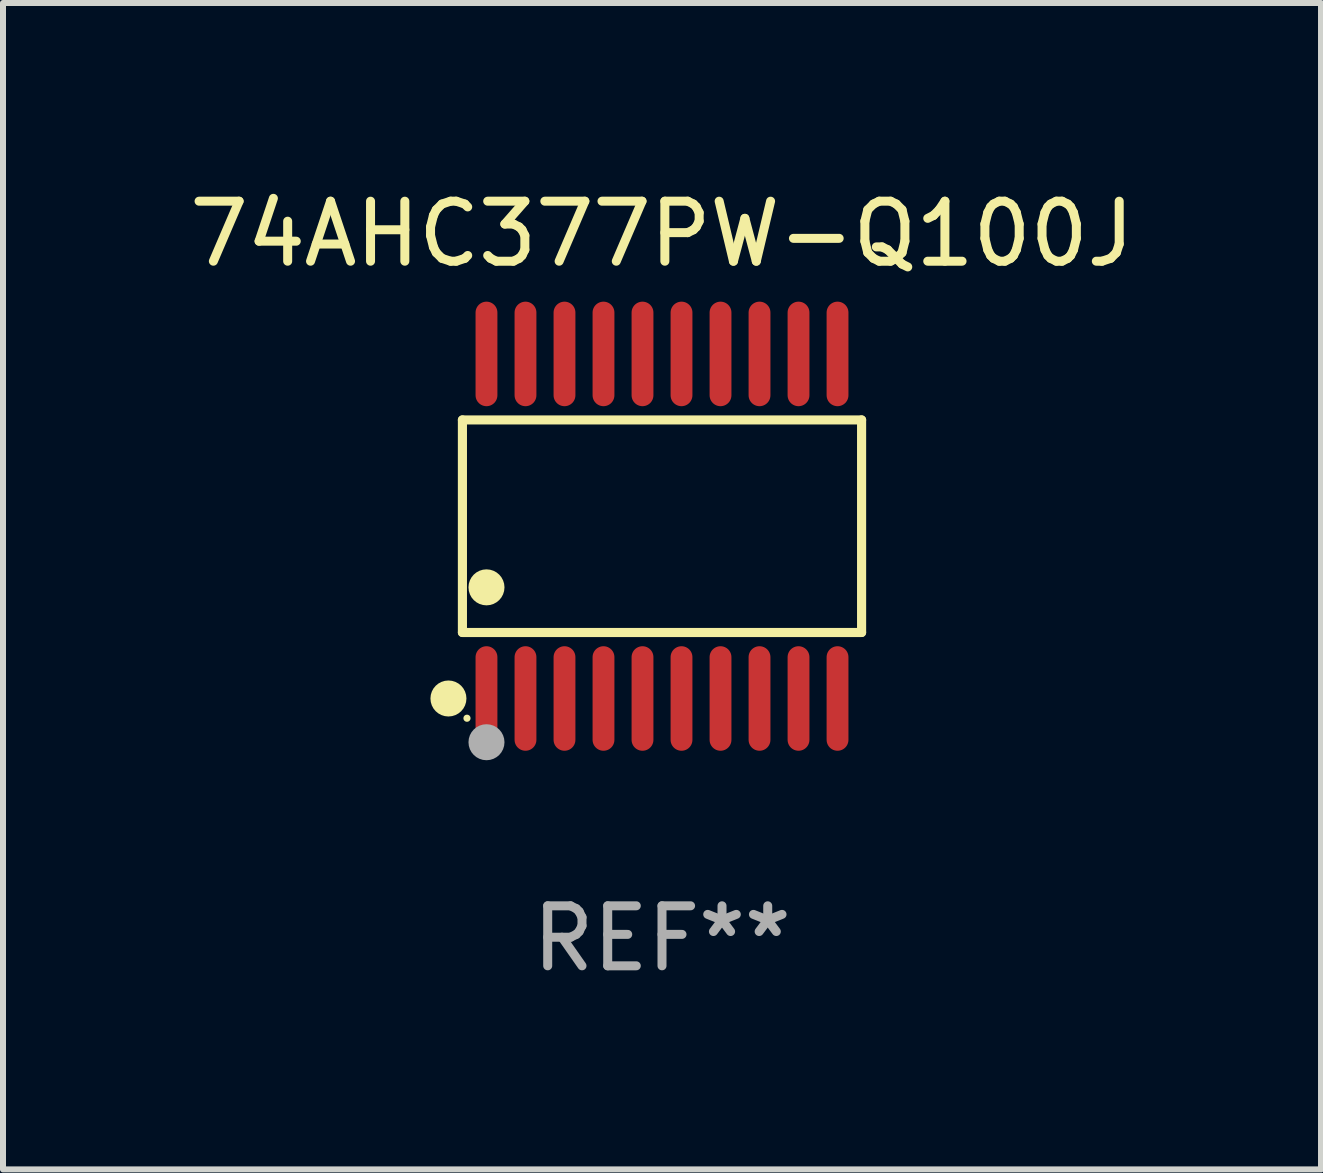
<source format=kicad_pcb>
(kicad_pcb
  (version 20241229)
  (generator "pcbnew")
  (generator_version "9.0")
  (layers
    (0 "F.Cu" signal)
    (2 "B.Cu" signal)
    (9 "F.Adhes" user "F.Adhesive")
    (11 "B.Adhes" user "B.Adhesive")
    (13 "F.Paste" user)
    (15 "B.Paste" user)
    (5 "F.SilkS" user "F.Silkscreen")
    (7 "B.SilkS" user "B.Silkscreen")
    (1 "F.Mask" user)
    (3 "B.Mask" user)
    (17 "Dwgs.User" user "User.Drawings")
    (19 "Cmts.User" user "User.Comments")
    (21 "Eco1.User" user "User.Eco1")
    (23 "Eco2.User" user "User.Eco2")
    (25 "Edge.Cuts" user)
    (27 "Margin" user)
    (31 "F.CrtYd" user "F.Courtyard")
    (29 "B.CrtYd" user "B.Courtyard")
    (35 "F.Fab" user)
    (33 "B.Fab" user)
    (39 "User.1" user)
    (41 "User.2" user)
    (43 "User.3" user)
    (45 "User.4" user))
  (footprint "74AHC377PW-Q100J"
    (layer "F.Cu")
    (at 7.982 5.719)
    (property "Reference" "74AHC377PW-Q100J" (at 0 -4.871 0) (layer "F.SilkS") (effects (font (size 1 1) (thickness 0.15))))
    (attr through_hole)
    (fp_line (start -3.326 -1.771) (end 3.326 -1.771) (stroke (width 0.152) (type solid)) (layer "F.SilkS"))
    (fp_line (start -3.326 1.771) (end -3.326 -1.771) (stroke (width 0.152) (type solid)) (layer "F.SilkS"))
    (fp_line (start 3.326 -1.771) (end 3.326 1.771) (stroke (width 0.152) (type solid)) (layer "F.SilkS"))
    (fp_line (start 3.326 1.771) (end -3.326 1.771) (stroke (width 0.152) (type solid)) (layer "F.SilkS"))
    (fp_circle (center -3.559 2.871) (end -3.409 2.871) (stroke (width 0.3) (type solid)) (fill no) (layer "F.SilkS"))
    (fp_circle (center -3.25 3.2) (end -3.22 3.2) (stroke (width 0.06) (type solid)) (fill no) (layer "F.SilkS"))
    (fp_circle (center -2.925 1.019) (end -2.775 1.019) (stroke (width 0.3) (type solid)) (fill no) (layer "F.SilkS"))
    (fp_circle (center -2.925 3.6) (end -2.775 3.6) (stroke (width 0.3) (type solid)) (fill no) (layer "F.Fab"))
    (fp_text user "REF**" (at 0 6.871 0) (layer "F.Fab") (effects (font (size 1 1) (thickness 0.15))))
    (pad "1" smd oval (at -2.925 2.871) (size 0.364 1.742) (layers "F.Cu" "F.Mask" "F.Paste"))
    (pad "2" smd oval (at -2.275 2.871) (size 0.364 1.742) (layers "F.Cu" "F.Mask" "F.Paste"))
    (pad "3" smd oval (at -1.625 2.871) (size 0.364 1.742) (layers "F.Cu" "F.Mask" "F.Paste"))
    (pad "4" smd oval (at -0.975 2.871) (size 0.364 1.742) (layers "F.Cu" "F.Mask" "F.Paste"))
    (pad "5" smd oval (at -0.325 2.871) (size 0.364 1.742) (layers "F.Cu" "F.Mask" "F.Paste"))
    (pad "6" smd oval (at 0.325 2.871) (size 0.364 1.742) (layers "F.Cu" "F.Mask" "F.Paste"))
    (pad "7" smd oval (at 0.975 2.871) (size 0.364 1.742) (layers "F.Cu" "F.Mask" "F.Paste"))
    (pad "8" smd oval (at 1.625 2.871) (size 0.364 1.742) (layers "F.Cu" "F.Mask" "F.Paste"))
    (pad "9" smd oval (at 2.275 2.871) (size 0.364 1.742) (layers "F.Cu" "F.Mask" "F.Paste"))
    (pad "10" smd oval (at 2.925 2.871) (size 0.364 1.742) (layers "F.Cu" "F.Mask" "F.Paste"))
    (pad "11" smd oval (at 2.925 -2.871) (size 0.364 1.742) (layers "F.Cu" "F.Mask" "F.Paste"))
    (pad "12" smd oval (at 2.275 -2.871) (size 0.364 1.742) (layers "F.Cu" "F.Mask" "F.Paste"))
    (pad "13" smd oval (at 1.625 -2.871) (size 0.364 1.742) (layers "F.Cu" "F.Mask" "F.Paste"))
    (pad "14" smd oval (at 0.975 -2.871) (size 0.364 1.742) (layers "F.Cu" "F.Mask" "F.Paste"))
    (pad "15" smd oval (at 0.325 -2.871) (size 0.364 1.742) (layers "F.Cu" "F.Mask" "F.Paste"))
    (pad "16" smd oval (at -0.325 -2.871) (size 0.364 1.742) (layers "F.Cu" "F.Mask" "F.Paste"))
    (pad "17" smd oval (at -0.975 -2.871) (size 0.364 1.742) (layers "F.Cu" "F.Mask" "F.Paste"))
    (pad "18" smd oval (at -1.625 -2.871) (size 0.364 1.742) (layers "F.Cu" "F.Mask" "F.Paste"))
    (pad "19" smd oval (at -2.275 -2.871) (size 0.364 1.742) (layers "F.Cu" "F.Mask" "F.Paste"))
    (pad "20" smd oval (at -2.925 -2.871) (size 0.364 1.742) (layers "F.Cu" "F.Mask" "F.Paste")))
  (gr_rect
    (start -3 -3)
    (end 18.964 16.438)
    (stroke (width 0.1) (type default))
    (fill no)
    (layer "Edge.Cuts")))
</source>
